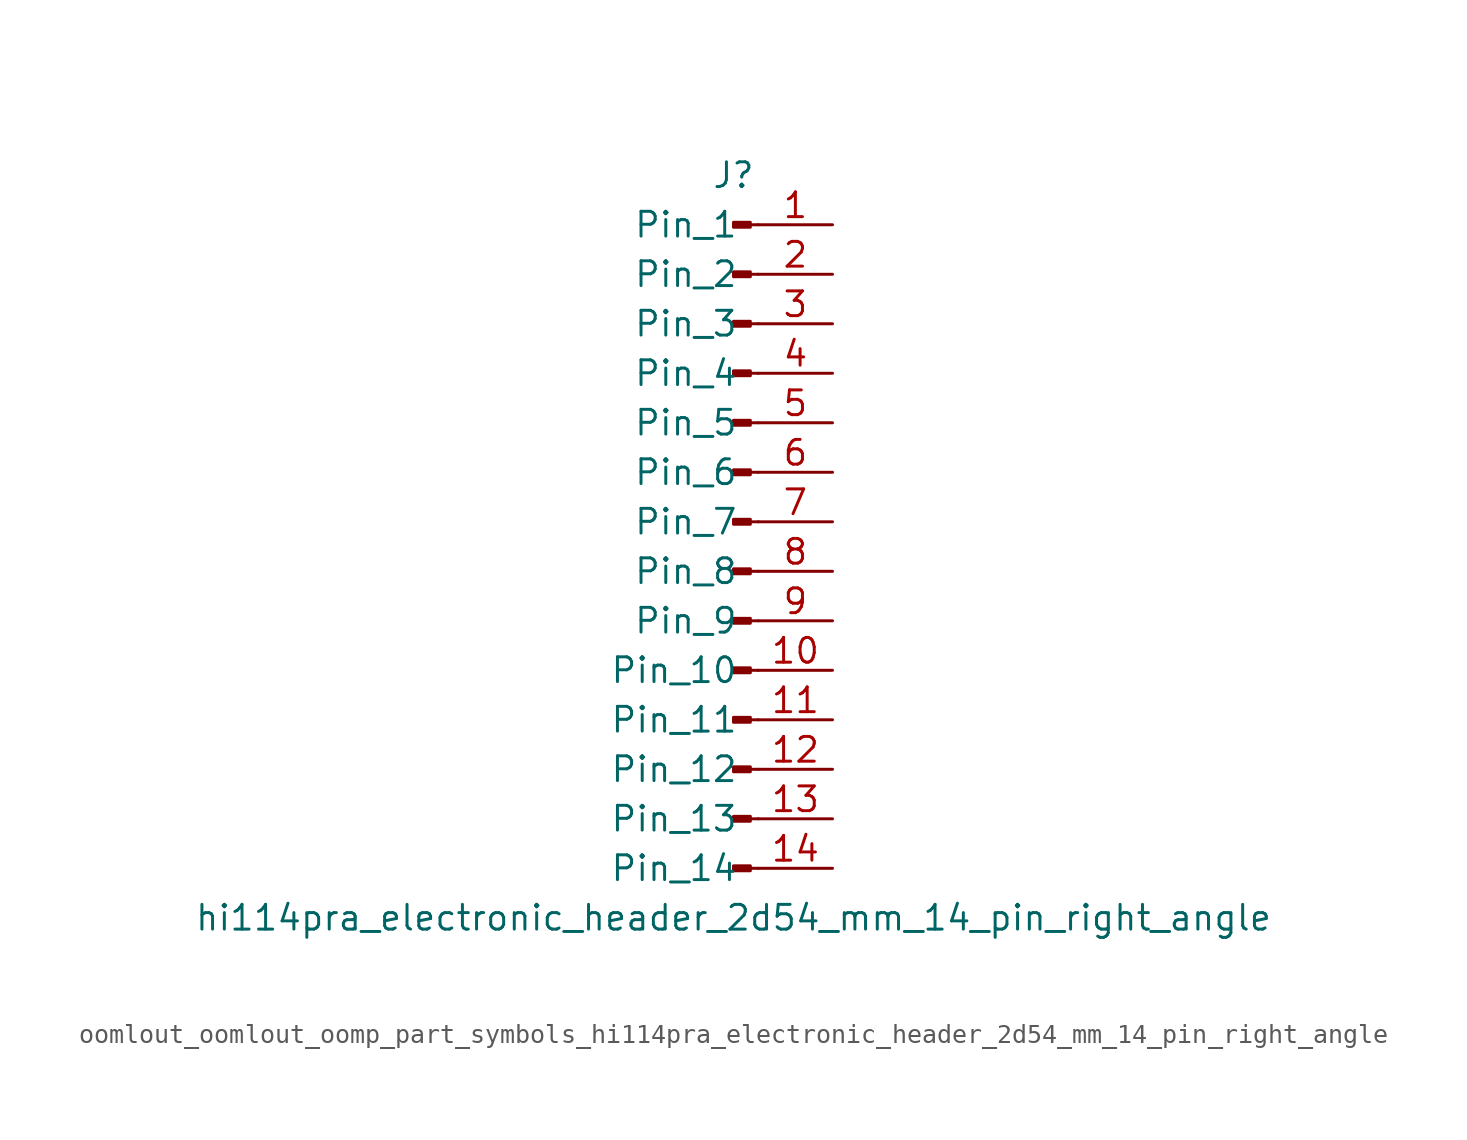
<source format=kicad_sym>
(kicad_symbol_lib
  (version 20220914)
  (generator kicad_symbol_editor)
  (symbol "oomlout_oomlout_oomp_part_symbols_hi114pra_electronic_header_2d54_mm_14_pin_right_angle"
    (pin_names
      (offset 1.016))
    (property "Reference" "J"
      (at 0 17.78 0)
      (effects (font (size 1.27 1.27))))
    (property "Value" "hi114pra_electronic_header_2d54_mm_14_pin_right_angle"
      (at 0 -20.32 0)
      (effects (font (size 1.27 1.27))))
    (property "ki_locked" ""
      (at 0 0 0)
      (effects (font (size 1.27 1.27))))
    (symbol "oomlout_oomlout_oomp_part_symbols_hi114pra_electronic_header_2d54_mm_14_pin_right_angle_1_1"
      (polyline (pts (xy 1.27 -17.78) (xy 0.864 -17.78)) (stroke (width 0.152) (type default)) (fill (type none)))
      (polyline (pts (xy 1.27 -15.24) (xy 0.864 -15.24)) (stroke (width 0.152) (type default)) (fill (type none)))
      (polyline (pts (xy 1.27 -12.7) (xy 0.864 -12.7)) (stroke (width 0.152) (type default)) (fill (type none)))
      (polyline (pts (xy 1.27 -10.16) (xy 0.864 -10.16)) (stroke (width 0.152) (type default)) (fill (type none)))
      (polyline (pts (xy 1.27 -7.62) (xy 0.864 -7.62)) (stroke (width 0.152) (type default)) (fill (type none)))
      (polyline (pts (xy 1.27 -5.08) (xy 0.864 -5.08)) (stroke (width 0.152) (type default)) (fill (type none)))
      (polyline (pts (xy 1.27 -2.54) (xy 0.864 -2.54)) (stroke (width 0.152) (type default)) (fill (type none)))
      (polyline (pts (xy 1.27 0) (xy 0.864 0)) (stroke (width 0.152) (type default)) (fill (type none)))
      (polyline (pts (xy 1.27 2.54) (xy 0.864 2.54)) (stroke (width 0.152) (type default)) (fill (type none)))
      (polyline (pts (xy 1.27 5.08) (xy 0.864 5.08)) (stroke (width 0.152) (type default)) (fill (type none)))
      (polyline (pts (xy 1.27 7.62) (xy 0.864 7.62)) (stroke (width 0.152) (type default)) (fill (type none)))
      (polyline (pts (xy 1.27 10.16) (xy 0.864 10.16)) (stroke (width 0.152) (type default)) (fill (type none)))
      (polyline (pts (xy 1.27 12.7) (xy 0.864 12.7)) (stroke (width 0.152) (type default)) (fill (type none)))
      (polyline (pts (xy 1.27 15.24) (xy 0.864 15.24)) (stroke (width 0.152) (type default)) (fill (type none)))
      (rectangle (start 0.864 -17.653) (end 0 -17.907) (stroke (width 0.152) (type default)) (fill (type outline)))
      (rectangle (start 0.864 -15.113) (end 0 -15.367) (stroke (width 0.152) (type default)) (fill (type outline)))
      (rectangle (start 0.864 -12.573) (end 0 -12.827) (stroke (width 0.152) (type default)) (fill (type outline)))
      (rectangle (start 0.864 -10.033) (end 0 -10.287) (stroke (width 0.152) (type default)) (fill (type outline)))
      (rectangle (start 0.864 -7.493) (end 0 -7.747) (stroke (width 0.152) (type default)) (fill (type outline)))
      (rectangle (start 0.864 -4.953) (end 0 -5.207) (stroke (width 0.152) (type default)) (fill (type outline)))
      (rectangle (start 0.864 -2.413) (end 0 -2.667) (stroke (width 0.152) (type default)) (fill (type outline)))
      (rectangle (start 0.864 0.127) (end 0 -0.127) (stroke (width 0.152) (type default)) (fill (type outline)))
      (rectangle (start 0.864 2.667) (end 0 2.413) (stroke (width 0.152) (type default)) (fill (type outline)))
      (rectangle (start 0.864 5.207) (end 0 4.953) (stroke (width 0.152) (type default)) (fill (type outline)))
      (rectangle (start 0.864 7.747) (end 0 7.493) (stroke (width 0.152) (type default)) (fill (type outline)))
      (rectangle (start 0.864 10.287) (end 0 10.033) (stroke (width 0.152) (type default)) (fill (type outline)))
      (rectangle (start 0.864 12.827) (end 0 12.573) (stroke (width 0.152) (type default)) (fill (type outline)))
      (rectangle (start 0.864 15.367) (end 0 15.113) (stroke (width 0.152) (type default)) (fill (type outline)))
      (pin passive line (at 5.08 15.24 180) (length 3.81) (name "Pin_1" (effects (font (size 1.27 1.27)))) (number "1" (effects (font (size 1.27 1.27)))))
      (pin passive line (at 5.08 -7.62 180) (length 3.81) (name "Pin_10" (effects (font (size 1.27 1.27)))) (number "10" (effects (font (size 1.27 1.27)))))
      (pin passive line (at 5.08 -10.16 180) (length 3.81) (name "Pin_11" (effects (font (size 1.27 1.27)))) (number "11" (effects (font (size 1.27 1.27)))))
      (pin passive line (at 5.08 -12.7 180) (length 3.81) (name "Pin_12" (effects (font (size 1.27 1.27)))) (number "12" (effects (font (size 1.27 1.27)))))
      (pin passive line (at 5.08 -15.24 180) (length 3.81) (name "Pin_13" (effects (font (size 1.27 1.27)))) (number "13" (effects (font (size 1.27 1.27)))))
      (pin passive line (at 5.08 -17.78 180) (length 3.81) (name "Pin_14" (effects (font (size 1.27 1.27)))) (number "14" (effects (font (size 1.27 1.27)))))
      (pin passive line (at 5.08 12.7 180) (length 3.81) (name "Pin_2" (effects (font (size 1.27 1.27)))) (number "2" (effects (font (size 1.27 1.27)))))
      (pin passive line (at 5.08 10.16 180) (length 3.81) (name "Pin_3" (effects (font (size 1.27 1.27)))) (number "3" (effects (font (size 1.27 1.27)))))
      (pin passive line (at 5.08 7.62 180) (length 3.81) (name "Pin_4" (effects (font (size 1.27 1.27)))) (number "4" (effects (font (size 1.27 1.27)))))
      (pin passive line (at 5.08 5.08 180) (length 3.81) (name "Pin_5" (effects (font (size 1.27 1.27)))) (number "5" (effects (font (size 1.27 1.27)))))
      (pin passive line (at 5.08 2.54 180) (length 3.81) (name "Pin_6" (effects (font (size 1.27 1.27)))) (number "6" (effects (font (size 1.27 1.27)))))
      (pin passive line (at 5.08 0 180) (length 3.81) (name "Pin_7" (effects (font (size 1.27 1.27)))) (number "7" (effects (font (size 1.27 1.27)))))
      (pin passive line (at 5.08 -2.54 180) (length 3.81) (name "Pin_8" (effects (font (size 1.27 1.27)))) (number "8" (effects (font (size 1.27 1.27)))))
      (pin passive line (at 5.08 -5.08 180) (length 3.81) (name "Pin_9" (effects (font (size 1.27 1.27)))) (number "9" (effects (font (size 1.27 1.27))))))))
</source>
